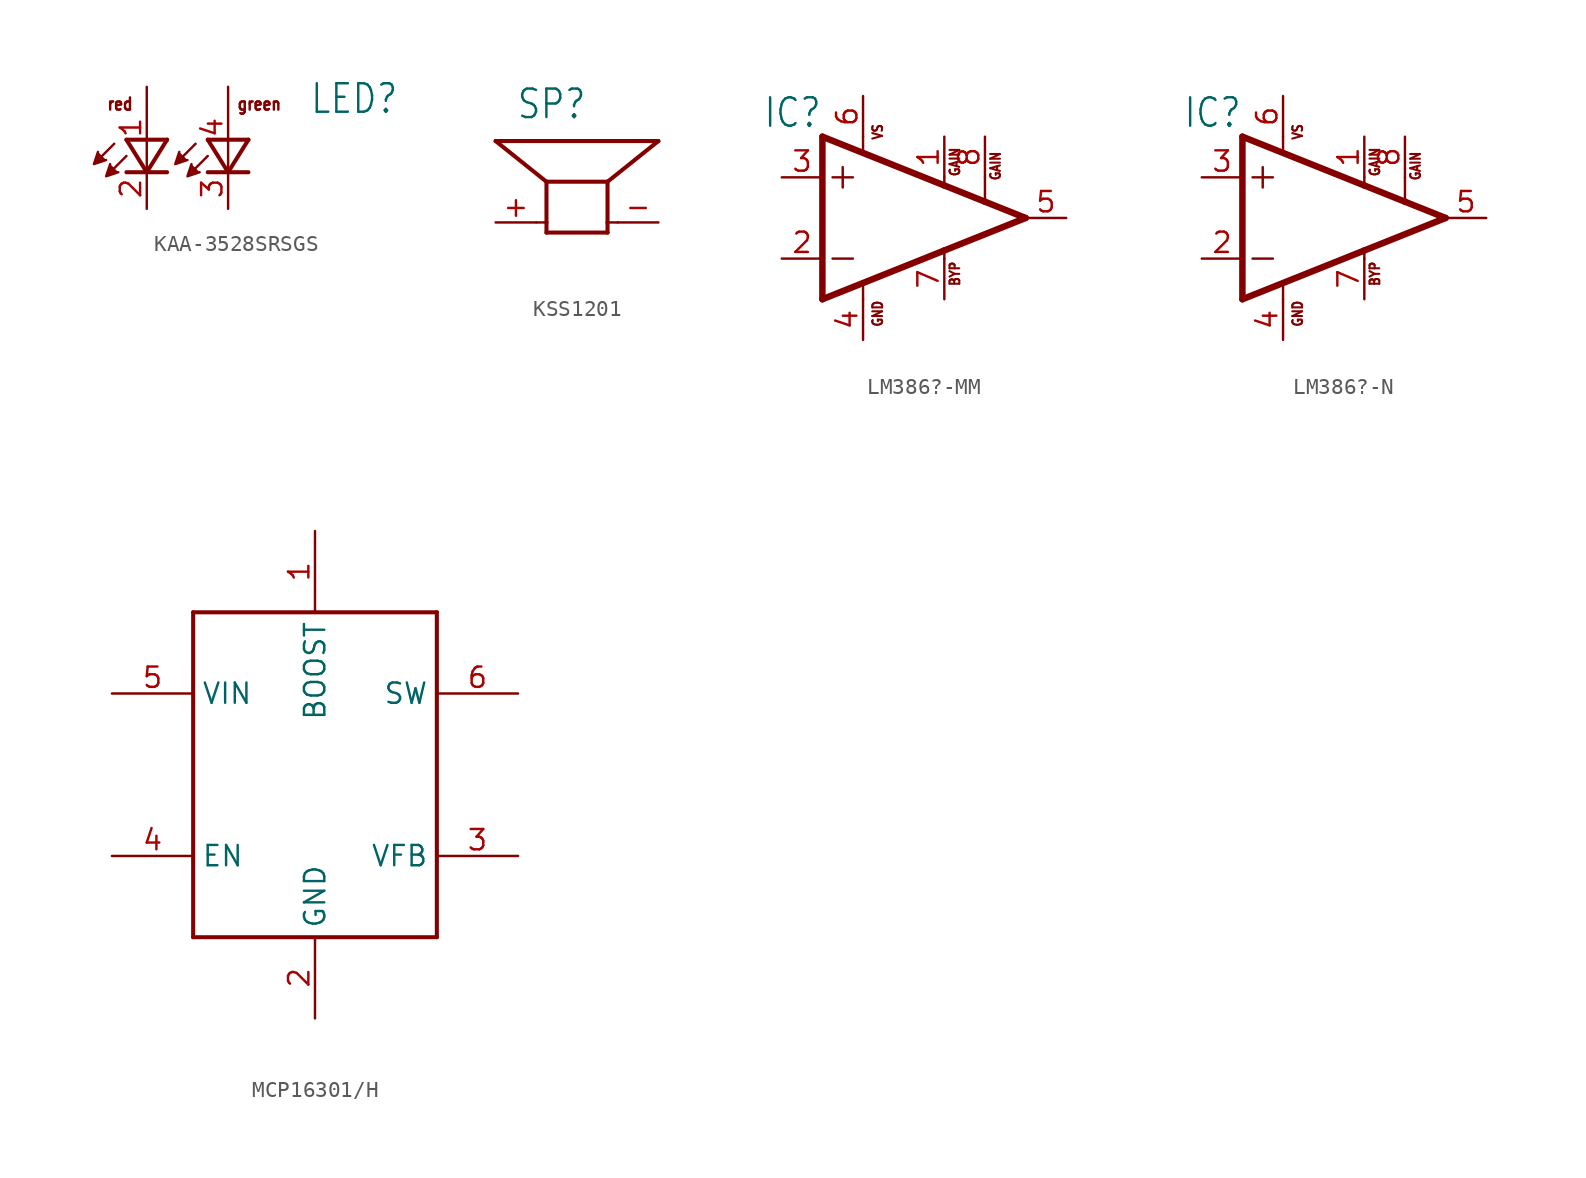
<source format=kicad_sym>
(kicad_symbol_lib
  (version 20231120)
  (generator "kicad_symbol_editor")
  (generator_version "8.0")
  (symbol "KAA-3528SRSGS"
    (property "Reference" "LED"
      (at 5.08 0.762 0)
      (effects (font (size 1.778 1.511)) (justify left bottom)))
    (property "Value" ""
      (at 5.08 -2.159 0)
      (effects (font (size 1.778 1.511)) (justify left bottom)))
    (property "ki_locked" ""
      (at 0 0 0)
      (effects (font (size 1.27 1.27))))
    (symbol "KAA-3528SRSGS_1_0"
      (polyline (pts (xy -7.112 -1.016) (xy -8.001 -1.905)) (stroke (width 0.152) (type solid)) (fill (type none)))
      (polyline (pts (xy -6.35 -1.778) (xy -7.239 -2.667)) (stroke (width 0.152) (type solid)) (fill (type none)))
      (polyline (pts (xy -5.08 -2.794) (xy -6.35 -2.794)) (stroke (width 0.254) (type solid)) (fill (type none)))
      (polyline (pts (xy -5.08 -2.794) (xy -6.35 -0.762)) (stroke (width 0.254) (type solid)) (fill (type none)))
      (polyline (pts (xy -3.81 -2.794) (xy -5.08 -2.794)) (stroke (width 0.254) (type solid)) (fill (type none)))
      (polyline (pts (xy -3.81 -0.762) (xy -6.35 -0.762)) (stroke (width 0.254) (type solid)) (fill (type none)))
      (polyline (pts (xy -3.81 -0.762) (xy -5.08 -2.794)) (stroke (width 0.254) (type solid)) (fill (type none)))
      (polyline (pts (xy -2.032 -1.016) (xy -2.921 -1.905)) (stroke (width 0.152) (type solid)) (fill (type none)))
      (polyline (pts (xy -1.27 -1.778) (xy -2.159 -2.667)) (stroke (width 0.152) (type solid)) (fill (type none)))
      (polyline (pts (xy 0 -2.794) (xy -1.27 -2.794)) (stroke (width 0.254) (type solid)) (fill (type none)))
      (polyline (pts (xy 0 -2.794) (xy -1.27 -0.762)) (stroke (width 0.254) (type solid)) (fill (type none)))
      (polyline (pts (xy 1.27 -2.794) (xy 0 -2.794)) (stroke (width 0.254) (type solid)) (fill (type none)))
      (polyline (pts (xy 1.27 -0.762) (xy -1.27 -0.762)) (stroke (width 0.254) (type solid)) (fill (type none)))
      (polyline (pts (xy 1.27 -0.762) (xy 0 -2.794)) (stroke (width 0.254) (type solid)) (fill (type none)))
      (polyline (pts (xy -8.128 -1.524) (xy -8.382 -2.286) (xy -7.62 -2.032)) (stroke (width 0.152) (type solid)) (fill (type outline)))
      (polyline (pts (xy -7.366 -2.286) (xy -7.62 -3.048) (xy -6.858 -2.794)) (stroke (width 0.152) (type solid)) (fill (type outline)))
      (polyline (pts (xy -3.048 -1.524) (xy -3.302 -2.286) (xy -2.54 -2.032)) (stroke (width 0.152) (type solid)) (fill (type outline)))
      (polyline (pts (xy -2.286 -2.286) (xy -2.54 -3.048) (xy -1.778 -2.794)) (stroke (width 0.152) (type solid)) (fill (type outline)))
      (text "green" (at 0.508 1.016 0) (effects (font (size 0.762 0.648)) (justify left bottom)))
      (text "red" (at -7.62 1.016 0) (effects (font (size 0.762 0.648)) (justify left bottom)))
      (pin passive line (at -5.08 2.54 270) (length 5.08) (name "A-RED" (effects (font (size 0 0)))) (number "1" (effects (font (size 1.27 1.27)))))
      (pin passive line (at -5.08 -5.08 90) (length 2.54) (name "C-RED" (effects (font (size 0 0)))) (number "2" (effects (font (size 1.27 1.27)))))
      (pin passive line (at 0 -5.08 90) (length 2.54) (name "C-GREEN" (effects (font (size 0 0)))) (number "3" (effects (font (size 1.27 1.27)))))
      (pin passive line (at 0 2.54 270) (length 5.08) (name "A-GREEN" (effects (font (size 0 0)))) (number "4" (effects (font (size 1.27 1.27)))))))
  (symbol "KSS1201"
    (property "Reference" "SP"
      (at -3.81 6.35 0)
      (effects (font (size 1.778 1.511)) (justify left bottom)))
    (property "Value" ""
      (at -3.81 -3.175 0)
      (effects (font (size 1.778 1.511)) (justify left bottom)))
    (property "ki_locked" ""
      (at 0 0 0)
      (effects (font (size 1.27 1.27))))
    (symbol "KSS1201_1_0"
      (polyline (pts (xy -2.54 0) (xy -1.905 0)) (stroke (width 0.152) (type solid)) (fill (type none)))
      (polyline (pts (xy -1.905 -0.635) (xy -1.905 0)) (stroke (width 0.254) (type solid)) (fill (type none)))
      (polyline (pts (xy -1.905 -0.635) (xy 1.905 -0.635)) (stroke (width 0.254) (type solid)) (fill (type none)))
      (polyline (pts (xy -1.905 0) (xy -1.905 2.54)) (stroke (width 0.254) (type solid)) (fill (type none)))
      (polyline (pts (xy -1.905 2.54) (xy -5.08 5.08)) (stroke (width 0.254) (type solid)) (fill (type none)))
      (polyline (pts (xy 1.905 -0.635) (xy 1.905 0)) (stroke (width 0.254) (type solid)) (fill (type none)))
      (polyline (pts (xy 1.905 0) (xy 1.905 2.54)) (stroke (width 0.254) (type solid)) (fill (type none)))
      (polyline (pts (xy 1.905 2.54) (xy -1.905 2.54)) (stroke (width 0.254) (type solid)) (fill (type none)))
      (polyline (pts (xy 1.905 2.54) (xy 5.08 5.08)) (stroke (width 0.254) (type solid)) (fill (type none)))
      (polyline (pts (xy 2.54 0) (xy 1.905 0)) (stroke (width 0.152) (type solid)) (fill (type none)))
      (polyline (pts (xy 5.08 5.08) (xy -5.08 5.08)) (stroke (width 0.254) (type solid)) (fill (type none)))
      (pin passive line (at -5.08 0 0) (length 2.54) (name "1" (effects (font (size 0 0)))) (number "+" (effects (font (size 1.27 1.27)))))
      (pin passive line (at 5.08 0 180) (length 2.54) (name "2" (effects (font (size 0 0)))) (number "-" (effects (font (size 1.27 1.27)))))))
  (symbol "LM386?-MM"
    (property "Reference" "IC"
      (at -5.08 7.62 0)
      (effects (font (size 1.778 1.511)) (justify right top)))
    (property "Value" ""
      (at 5.08 -3.81 0)
      (effects (font (size 1.778 1.511)) (justify left bottom)))
    (property "ki_locked" ""
      (at 0 0 0)
      (effects (font (size 1.27 1.27))))
    (symbol "LM386?-MM_1_0"
      (polyline (pts (xy -5.08 -5.08) (xy 2.54 -2.032)) (stroke (width 0.406) (type solid)) (fill (type none)))
      (polyline (pts (xy -5.08 5.08) (xy -5.08 -5.08)) (stroke (width 0.406) (type solid)) (fill (type none)))
      (polyline (pts (xy -4.445 -2.54) (xy -3.175 -2.54)) (stroke (width 0.152) (type solid)) (fill (type none)))
      (polyline (pts (xy -4.445 2.54) (xy -3.175 2.54)) (stroke (width 0.152) (type solid)) (fill (type none)))
      (polyline (pts (xy -3.81 3.175) (xy -3.81 1.905)) (stroke (width 0.152) (type solid)) (fill (type none)))
      (polyline (pts (xy -2.54 -4.14) (xy -2.54 -5.08)) (stroke (width 0.152) (type solid)) (fill (type none)))
      (polyline (pts (xy -2.54 5.08) (xy -2.54 4.14)) (stroke (width 0.152) (type solid)) (fill (type none)))
      (polyline (pts (xy 2.54 -2.54) (xy 2.54 -2.032)) (stroke (width 0.152) (type solid)) (fill (type none)))
      (polyline (pts (xy 2.54 -2.032) (xy 7.62 0)) (stroke (width 0.406) (type solid)) (fill (type none)))
      (polyline (pts (xy 2.54 2.032) (xy -5.08 5.08)) (stroke (width 0.406) (type solid)) (fill (type none)))
      (polyline (pts (xy 2.54 2.54) (xy 2.54 2.032)) (stroke (width 0.152) (type solid)) (fill (type none)))
      (polyline (pts (xy 5.08 1.016) (xy 2.54 2.032)) (stroke (width 0.406) (type solid)) (fill (type none)))
      (polyline (pts (xy 5.08 2.54) (xy 5.08 1.016)) (stroke (width 0.152) (type solid)) (fill (type none)))
      (polyline (pts (xy 7.62 0) (xy 5.08 1.016)) (stroke (width 0.406) (type solid)) (fill (type none)))
      (text "BYP" (at 3.556 -4.318 900) (effects (font (size 0.61 0.518)) (justify left bottom)))
      (text "GAIN" (at 3.556 2.54 900) (effects (font (size 0.61 0.518)) (justify left bottom)))
      (text "GAIN" (at 6.096 2.286 900) (effects (font (size 0.61 0.518)) (justify left bottom)))
      (text "GND" (at -1.27 -6.858 900) (effects (font (size 0.61 0.518)) (justify left bottom)))
      (text "VS" (at -1.27 4.826 900) (effects (font (size 0.61 0.518)) (justify left bottom)))
      (pin passive line (at 2.54 5.08 270) (length 2.54) (name "GAIN@1" (effects (font (size 0 0)))) (number "1" (effects (font (size 1.27 1.27)))))
      (pin input line (at -7.62 -2.54 0) (length 2.54) (name "-IN" (effects (font (size 0 0)))) (number "2" (effects (font (size 1.27 1.27)))))
      (pin input line (at -7.62 2.54 0) (length 2.54) (name "+IN" (effects (font (size 0 0)))) (number "3" (effects (font (size 1.27 1.27)))))
      (pin power_in line (at -2.54 -7.62 90) (length 2.54) (name "GND" (effects (font (size 0 0)))) (number "4" (effects (font (size 1.27 1.27)))))
      (pin output line (at 10.16 0 180) (length 2.54) (name "OUT" (effects (font (size 0 0)))) (number "5" (effects (font (size 1.27 1.27)))))
      (pin power_in line (at -2.54 7.62 270) (length 2.54) (name "VS" (effects (font (size 0 0)))) (number "6" (effects (font (size 1.27 1.27)))))
      (pin passive line (at 2.54 -5.08 90) (length 2.54) (name "BYPASS" (effects (font (size 0 0)))) (number "7" (effects (font (size 1.27 1.27)))))
      (pin passive line (at 5.08 5.08 270) (length 2.54) (name "GAIN@2" (effects (font (size 0 0)))) (number "8" (effects (font (size 1.27 1.27)))))))
  (symbol "LM386?-N"
    (property "Reference" "IC"
      (at -5.08 7.62 0)
      (effects (font (size 1.778 1.511)) (justify right top)))
    (property "Value" ""
      (at 5.08 -3.81 0)
      (effects (font (size 1.778 1.511)) (justify left bottom)))
    (property "ki_locked" ""
      (at 0 0 0)
      (effects (font (size 1.27 1.27))))
    (symbol "LM386?-N_1_0"
      (polyline (pts (xy -5.08 -5.08) (xy 2.54 -2.032)) (stroke (width 0.406) (type solid)) (fill (type none)))
      (polyline (pts (xy -5.08 5.08) (xy -5.08 -5.08)) (stroke (width 0.406) (type solid)) (fill (type none)))
      (polyline (pts (xy -4.445 -2.54) (xy -3.175 -2.54)) (stroke (width 0.152) (type solid)) (fill (type none)))
      (polyline (pts (xy -4.445 2.54) (xy -3.175 2.54)) (stroke (width 0.152) (type solid)) (fill (type none)))
      (polyline (pts (xy -3.81 3.175) (xy -3.81 1.905)) (stroke (width 0.152) (type solid)) (fill (type none)))
      (polyline (pts (xy -2.54 -4.14) (xy -2.54 -5.08)) (stroke (width 0.152) (type solid)) (fill (type none)))
      (polyline (pts (xy -2.54 5.08) (xy -2.54 4.14)) (stroke (width 0.152) (type solid)) (fill (type none)))
      (polyline (pts (xy 2.54 -2.54) (xy 2.54 -2.032)) (stroke (width 0.152) (type solid)) (fill (type none)))
      (polyline (pts (xy 2.54 -2.032) (xy 7.62 0)) (stroke (width 0.406) (type solid)) (fill (type none)))
      (polyline (pts (xy 2.54 2.032) (xy -5.08 5.08)) (stroke (width 0.406) (type solid)) (fill (type none)))
      (polyline (pts (xy 2.54 2.54) (xy 2.54 2.032)) (stroke (width 0.152) (type solid)) (fill (type none)))
      (polyline (pts (xy 5.08 1.016) (xy 2.54 2.032)) (stroke (width 0.406) (type solid)) (fill (type none)))
      (polyline (pts (xy 5.08 2.54) (xy 5.08 1.016)) (stroke (width 0.152) (type solid)) (fill (type none)))
      (polyline (pts (xy 7.62 0) (xy 5.08 1.016)) (stroke (width 0.406) (type solid)) (fill (type none)))
      (text "BYP" (at 3.556 -4.318 900) (effects (font (size 0.61 0.518)) (justify left bottom)))
      (text "GAIN" (at 3.556 2.54 900) (effects (font (size 0.61 0.518)) (justify left bottom)))
      (text "GAIN" (at 6.096 2.286 900) (effects (font (size 0.61 0.518)) (justify left bottom)))
      (text "GND" (at -1.27 -6.858 900) (effects (font (size 0.61 0.518)) (justify left bottom)))
      (text "VS" (at -1.27 4.826 900) (effects (font (size 0.61 0.518)) (justify left bottom)))
      (pin passive line (at 2.54 5.08 270) (length 2.54) (name "GAIN@1" (effects (font (size 0 0)))) (number "1" (effects (font (size 1.27 1.27)))))
      (pin input line (at -7.62 -2.54 0) (length 2.54) (name "-IN" (effects (font (size 0 0)))) (number "2" (effects (font (size 1.27 1.27)))))
      (pin input line (at -7.62 2.54 0) (length 2.54) (name "+IN" (effects (font (size 0 0)))) (number "3" (effects (font (size 1.27 1.27)))))
      (pin power_in line (at -2.54 -7.62 90) (length 2.54) (name "GND" (effects (font (size 0 0)))) (number "4" (effects (font (size 1.27 1.27)))))
      (pin output line (at 10.16 0 180) (length 2.54) (name "OUT" (effects (font (size 0 0)))) (number "5" (effects (font (size 1.27 1.27)))))
      (pin power_in line (at -2.54 7.62 270) (length 2.54) (name "VS" (effects (font (size 0 0)))) (number "6" (effects (font (size 1.27 1.27)))))
      (pin passive line (at 2.54 -5.08 90) (length 2.54) (name "BYPASS" (effects (font (size 0 0)))) (number "7" (effects (font (size 1.27 1.27)))))
      (pin passive line (at 5.08 5.08 270) (length 2.54) (name "GAIN@2" (effects (font (size 0 0)))) (number "8" (effects (font (size 1.27 1.27)))))))
  (symbol "MCP16301/H"
    (property "Reference" "IC"
      (at 0 0 0)
      (effects (font (size 1.27 1.27)) (hide yes)))
    (property "ki_locked" ""
      (at 0 0 0)
      (effects (font (size 1.27 1.27))))
    (symbol "MCP16301/H_1_0"
      (polyline (pts (xy -7.62 -10.16) (xy -7.62 10.16)) (stroke (width 0.254) (type solid)) (fill (type none)))
      (polyline (pts (xy -7.62 10.16) (xy 7.62 10.16)) (stroke (width 0.254) (type solid)) (fill (type none)))
      (polyline (pts (xy 7.62 -10.16) (xy -7.62 -10.16)) (stroke (width 0.254) (type solid)) (fill (type none)))
      (polyline (pts (xy 7.62 10.16) (xy 7.62 -10.16)) (stroke (width 0.254) (type solid)) (fill (type none)))
      (pin bidirectional line (at 0 15.24 270) (length 5.08) (name "BOOST" (effects (font (size 1.27 1.27)))) (number "1" (effects (font (size 1.27 1.27)))))
      (pin power_in line (at 0 -15.24 90) (length 5.08) (name "GND" (effects (font (size 1.27 1.27)))) (number "2" (effects (font (size 1.27 1.27)))))
      (pin bidirectional line (at 12.7 -5.08 180) (length 5.08) (name "VFB" (effects (font (size 1.27 1.27)))) (number "3" (effects (font (size 1.27 1.27)))))
      (pin bidirectional line (at -12.7 -5.08 0) (length 5.08) (name "EN" (effects (font (size 1.27 1.27)))) (number "4" (effects (font (size 1.27 1.27)))))
      (pin power_in line (at -12.7 5.08 0) (length 5.08) (name "VIN" (effects (font (size 1.27 1.27)))) (number "5" (effects (font (size 1.27 1.27)))))
      (pin power_in line (at 12.7 5.08 180) (length 5.08) (name "SW" (effects (font (size 1.27 1.27)))) (number "6" (effects (font (size 1.27 1.27))))))))
</source>
